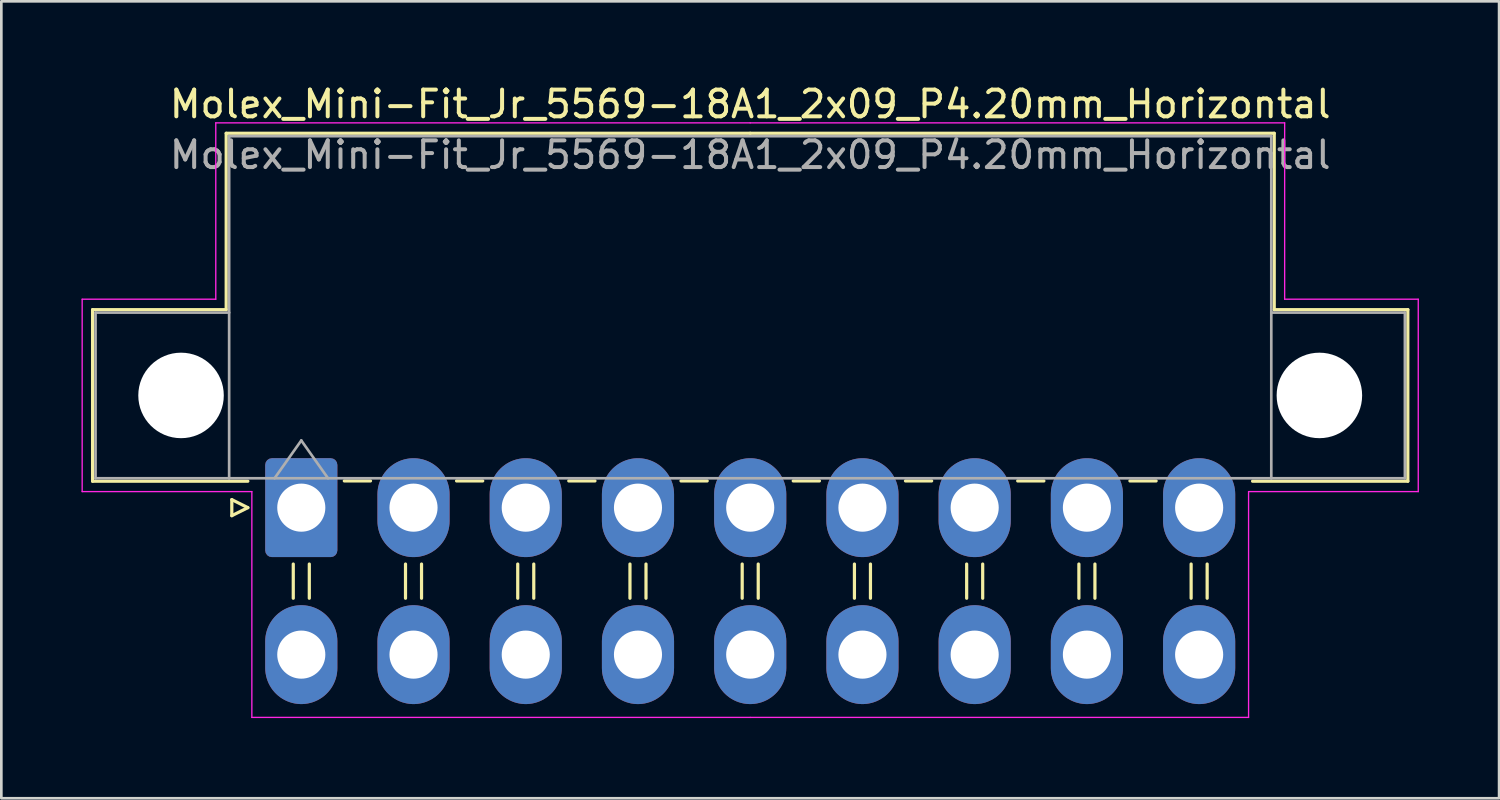
<source format=kicad_pcb>
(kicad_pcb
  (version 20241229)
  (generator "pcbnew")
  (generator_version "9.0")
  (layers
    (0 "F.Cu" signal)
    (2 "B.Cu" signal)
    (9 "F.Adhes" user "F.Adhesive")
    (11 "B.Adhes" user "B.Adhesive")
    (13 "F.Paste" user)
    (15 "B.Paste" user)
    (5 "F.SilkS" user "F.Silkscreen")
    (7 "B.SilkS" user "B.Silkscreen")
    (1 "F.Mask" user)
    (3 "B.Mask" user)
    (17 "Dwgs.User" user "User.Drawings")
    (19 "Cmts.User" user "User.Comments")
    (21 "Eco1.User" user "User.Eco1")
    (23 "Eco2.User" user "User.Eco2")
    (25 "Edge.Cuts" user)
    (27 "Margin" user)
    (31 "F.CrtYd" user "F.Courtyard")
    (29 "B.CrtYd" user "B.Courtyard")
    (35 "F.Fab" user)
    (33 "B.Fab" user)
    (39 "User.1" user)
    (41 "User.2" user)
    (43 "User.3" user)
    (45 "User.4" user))
  (footprint "Molex_Mini-Fit_Jr_5569-18A1_2x09_P4.20mm_Horizontal"
    (layer "F.Cu")
    (at 8.225 15.948)
    (property "Reference" "Molex_Mini-Fit_Jr_5569-18A1_2x09_P4.20mm_Horizontal" (at 16.8 -15.1 0) (layer "F.SilkS") (effects (font (size 1 1) (thickness 0.15))))
    (attr through_hole)
    (fp_line (start -7.81 -7.41) (end -7.81 -0.99) (stroke (width 0.12) (type solid)) (layer "F.SilkS"))
    (fp_line (start -7.81 -0.99) (end -2 -0.99) (stroke (width 0.12) (type solid)) (layer "F.SilkS"))
    (fp_line (start -2.81 -14.01) (end -2.81 -7.41) (stroke (width 0.12) (type solid)) (layer "F.SilkS"))
    (fp_line (start -2.81 -7.41) (end -7.81 -7.41) (stroke (width 0.12) (type solid)) (layer "F.SilkS"))
    (fp_line (start -2.6 -0.3) (end -2 0) (stroke (width 0.12) (type solid)) (layer "F.SilkS"))
    (fp_line (start -2.6 0.3) (end -2.6 -0.3) (stroke (width 0.12) (type solid)) (layer "F.SilkS"))
    (fp_line (start -2 0) (end -2.6 0.3) (stroke (width 0.12) (type solid)) (layer "F.SilkS"))
    (fp_line (start -0.3 2.11) (end -0.3 3.39) (stroke (width 0.12) (type solid)) (layer "F.SilkS"))
    (fp_line (start 0.3 2.11) (end 0.3 3.39) (stroke (width 0.12) (type solid)) (layer "F.SilkS"))
    (fp_line (start 1.61 -1) (end 2.59 -1) (stroke (width 0.12) (type solid)) (layer "F.SilkS"))
    (fp_line (start 3.9 2.11) (end 3.9 3.39) (stroke (width 0.12) (type solid)) (layer "F.SilkS"))
    (fp_line (start 4.5 2.11) (end 4.5 3.39) (stroke (width 0.12) (type solid)) (layer "F.SilkS"))
    (fp_line (start 5.81 -1) (end 6.79 -1) (stroke (width 0.12) (type solid)) (layer "F.SilkS"))
    (fp_line (start 8.1 2.11) (end 8.1 3.39) (stroke (width 0.12) (type solid)) (layer "F.SilkS"))
    (fp_line (start 8.7 2.11) (end 8.7 3.39) (stroke (width 0.12) (type solid)) (layer "F.SilkS"))
    (fp_line (start 10.01 -1) (end 10.99 -1) (stroke (width 0.12) (type solid)) (layer "F.SilkS"))
    (fp_line (start 12.3 2.11) (end 12.3 3.39) (stroke (width 0.12) (type solid)) (layer "F.SilkS"))
    (fp_line (start 12.9 2.11) (end 12.9 3.39) (stroke (width 0.12) (type solid)) (layer "F.SilkS"))
    (fp_line (start 14.21 -1) (end 15.19 -1) (stroke (width 0.12) (type solid)) (layer "F.SilkS"))
    (fp_line (start 16.5 2.11) (end 16.5 3.39) (stroke (width 0.12) (type solid)) (layer "F.SilkS"))
    (fp_line (start 16.8 -14.01) (end -2.81 -14.01) (stroke (width 0.12) (type solid)) (layer "F.SilkS"))
    (fp_line (start 16.8 -14.01) (end 36.41 -14.01) (stroke (width 0.12) (type solid)) (layer "F.SilkS"))
    (fp_line (start 17.1 2.11) (end 17.1 3.39) (stroke (width 0.12) (type solid)) (layer "F.SilkS"))
    (fp_line (start 18.41 -1) (end 19.39 -1) (stroke (width 0.12) (type solid)) (layer "F.SilkS"))
    (fp_line (start 20.7 2.11) (end 20.7 3.39) (stroke (width 0.12) (type solid)) (layer "F.SilkS"))
    (fp_line (start 21.3 2.11) (end 21.3 3.39) (stroke (width 0.12) (type solid)) (layer "F.SilkS"))
    (fp_line (start 22.61 -1) (end 23.59 -1) (stroke (width 0.12) (type solid)) (layer "F.SilkS"))
    (fp_line (start 24.9 2.11) (end 24.9 3.39) (stroke (width 0.12) (type solid)) (layer "F.SilkS"))
    (fp_line (start 25.5 2.11) (end 25.5 3.39) (stroke (width 0.12) (type solid)) (layer "F.SilkS"))
    (fp_line (start 26.81 -1) (end 27.79 -1) (stroke (width 0.12) (type solid)) (layer "F.SilkS"))
    (fp_line (start 29.1 2.11) (end 29.1 3.39) (stroke (width 0.12) (type solid)) (layer "F.SilkS"))
    (fp_line (start 29.7 2.11) (end 29.7 3.39) (stroke (width 0.12) (type solid)) (layer "F.SilkS"))
    (fp_line (start 31.01 -1) (end 31.99 -1) (stroke (width 0.12) (type solid)) (layer "F.SilkS"))
    (fp_line (start 33.3 2.11) (end 33.3 3.39) (stroke (width 0.12) (type solid)) (layer "F.SilkS"))
    (fp_line (start 33.9 2.11) (end 33.9 3.39) (stroke (width 0.12) (type solid)) (layer "F.SilkS"))
    (fp_line (start 36.41 -14.01) (end 36.41 -7.41) (stroke (width 0.12) (type solid)) (layer "F.SilkS"))
    (fp_line (start 36.41 -7.41) (end 41.41 -7.41) (stroke (width 0.12) (type solid)) (layer "F.SilkS"))
    (fp_line (start 41.41 -7.41) (end 41.41 -0.99) (stroke (width 0.12) (type solid)) (layer "F.SilkS"))
    (fp_line (start 41.41 -0.99) (end 35.6 -0.99) (stroke (width 0.12) (type solid)) (layer "F.SilkS"))
    (fp_line (start -8.2 -7.8) (end -8.2 -0.6) (stroke (width 0.05) (type solid)) (layer "F.CrtYd"))
    (fp_line (start -8.2 -0.6) (end -1.85 -0.6) (stroke (width 0.05) (type solid)) (layer "F.CrtYd"))
    (fp_line (start -3.2 -14.4) (end -3.2 -7.8) (stroke (width 0.05) (type solid)) (layer "F.CrtYd"))
    (fp_line (start -3.2 -7.8) (end -8.2 -7.8) (stroke (width 0.05) (type solid)) (layer "F.CrtYd"))
    (fp_line (start -1.85 -0.6) (end -1.85 7.85) (stroke (width 0.05) (type solid)) (layer "F.CrtYd"))
    (fp_line (start -1.85 7.85) (end 16.8 7.85) (stroke (width 0.05) (type solid)) (layer "F.CrtYd"))
    (fp_line (start 16.8 -14.4) (end -3.2 -14.4) (stroke (width 0.05) (type solid)) (layer "F.CrtYd"))
    (fp_line (start 16.8 -14.4) (end 36.8 -14.4) (stroke (width 0.05) (type solid)) (layer "F.CrtYd"))
    (fp_line (start 35.45 -0.6) (end 35.45 7.85) (stroke (width 0.05) (type solid)) (layer "F.CrtYd"))
    (fp_line (start 35.45 7.85) (end 16.8 7.85) (stroke (width 0.05) (type solid)) (layer "F.CrtYd"))
    (fp_line (start 36.8 -14.4) (end 36.8 -7.8) (stroke (width 0.05) (type solid)) (layer "F.CrtYd"))
    (fp_line (start 36.8 -7.8) (end 41.8 -7.8) (stroke (width 0.05) (type solid)) (layer "F.CrtYd"))
    (fp_line (start 41.8 -7.8) (end 41.8 -0.6) (stroke (width 0.05) (type solid)) (layer "F.CrtYd"))
    (fp_line (start 41.8 -0.6) (end 35.45 -0.6) (stroke (width 0.05) (type solid)) (layer "F.CrtYd"))
    (fp_line (start -7.7 -7.3) (end -7.7 -1.1) (stroke (width 0.1) (type solid)) (layer "F.Fab"))
    (fp_line (start -7.7 -1.1) (end -2.7 -1.1) (stroke (width 0.1) (type solid)) (layer "F.Fab"))
    (fp_line (start -2.7 -13.9) (end -2.7 -1.1) (stroke (width 0.1) (type solid)) (layer "F.Fab"))
    (fp_line (start -2.7 -7.3) (end -7.7 -7.3) (stroke (width 0.1) (type solid)) (layer "F.Fab"))
    (fp_line (start -2.7 -1.1) (end 36.3 -1.1) (stroke (width 0.1) (type solid)) (layer "F.Fab"))
    (fp_line (start -1 -1.1) (end 0 -2.514) (stroke (width 0.1) (type solid)) (layer "F.Fab"))
    (fp_line (start 0 -2.514) (end 1 -1.1) (stroke (width 0.1) (type solid)) (layer "F.Fab"))
    (fp_line (start 36.3 -13.9) (end -2.7 -13.9) (stroke (width 0.1) (type solid)) (layer "F.Fab"))
    (fp_line (start 36.3 -7.3) (end 41.3 -7.3) (stroke (width 0.1) (type solid)) (layer "F.Fab"))
    (fp_line (start 36.3 -1.1) (end 36.3 -13.9) (stroke (width 0.1) (type solid)) (layer "F.Fab"))
    (fp_line (start 41.3 -7.3) (end 41.3 -1.1) (stroke (width 0.1) (type solid)) (layer "F.Fab"))
    (fp_line (start 41.3 -1.1) (end 36.3 -1.1) (stroke (width 0.1) (type solid)) (layer "F.Fab"))
    (fp_text user "${REFERENCE}" (at 16.8 -13.2 0) (layer "F.Fab") (effects (font (size 1 1) (thickness 0.15))))
    (pad "" np_thru_hole circle (at -4.5 -4.2) (size 3.2 3.2) (drill 3.2) (layers "*.Cu" "*.Mask"))
    (pad "" np_thru_hole circle (at 38.1 -4.2) (size 3.2 3.2) (drill 3.2) (layers "*.Cu" "*.Mask"))
    (pad "1" thru_hole roundrect (at 0 0) (size 2.7 3.7) (drill 1.8) (layers "*.Cu" "*.Mask") (roundrect_rratio 0.093))
    (pad "2" thru_hole oval (at 4.2 0) (size 2.7 3.7) (drill 1.8) (layers "*.Cu" "*.Mask"))
    (pad "3" thru_hole oval (at 8.4 0) (size 2.7 3.7) (drill 1.8) (layers "*.Cu" "*.Mask"))
    (pad "4" thru_hole oval (at 12.6 0) (size 2.7 3.7) (drill 1.8) (layers "*.Cu" "*.Mask"))
    (pad "5" thru_hole oval (at 16.8 0) (size 2.7 3.7) (drill 1.8) (layers "*.Cu" "*.Mask"))
    (pad "6" thru_hole oval (at 21 0) (size 2.7 3.7) (drill 1.8) (layers "*.Cu" "*.Mask"))
    (pad "7" thru_hole oval (at 25.2 0) (size 2.7 3.7) (drill 1.8) (layers "*.Cu" "*.Mask"))
    (pad "8" thru_hole oval (at 29.4 0) (size 2.7 3.7) (drill 1.8) (layers "*.Cu" "*.Mask"))
    (pad "9" thru_hole oval (at 33.6 0) (size 2.7 3.7) (drill 1.8) (layers "*.Cu" "*.Mask"))
    (pad "10" thru_hole oval (at 0 5.5) (size 2.7 3.7) (drill 1.8) (layers "*.Cu" "*.Mask"))
    (pad "11" thru_hole oval (at 4.2 5.5) (size 2.7 3.7) (drill 1.8) (layers "*.Cu" "*.Mask"))
    (pad "12" thru_hole oval (at 8.4 5.5) (size 2.7 3.7) (drill 1.8) (layers "*.Cu" "*.Mask"))
    (pad "13" thru_hole oval (at 12.6 5.5) (size 2.7 3.7) (drill 1.8) (layers "*.Cu" "*.Mask"))
    (pad "14" thru_hole oval (at 16.8 5.5) (size 2.7 3.7) (drill 1.8) (layers "*.Cu" "*.Mask"))
    (pad "15" thru_hole oval (at 21 5.5) (size 2.7 3.7) (drill 1.8) (layers "*.Cu" "*.Mask"))
    (pad "16" thru_hole oval (at 25.2 5.5) (size 2.7 3.7) (drill 1.8) (layers "*.Cu" "*.Mask"))
    (pad "17" thru_hole oval (at 29.4 5.5) (size 2.7 3.7) (drill 1.8) (layers "*.Cu" "*.Mask"))
    (pad "18" thru_hole oval (at 33.6 5.5) (size 2.7 3.7) (drill 1.8) (layers "*.Cu" "*.Mask")))
  (gr_rect
    (start -3 -3)
    (end 53.05 26.823)
    (stroke (width 0.1) (type default))
    (fill no)
    (layer "Edge.Cuts")))
</source>
